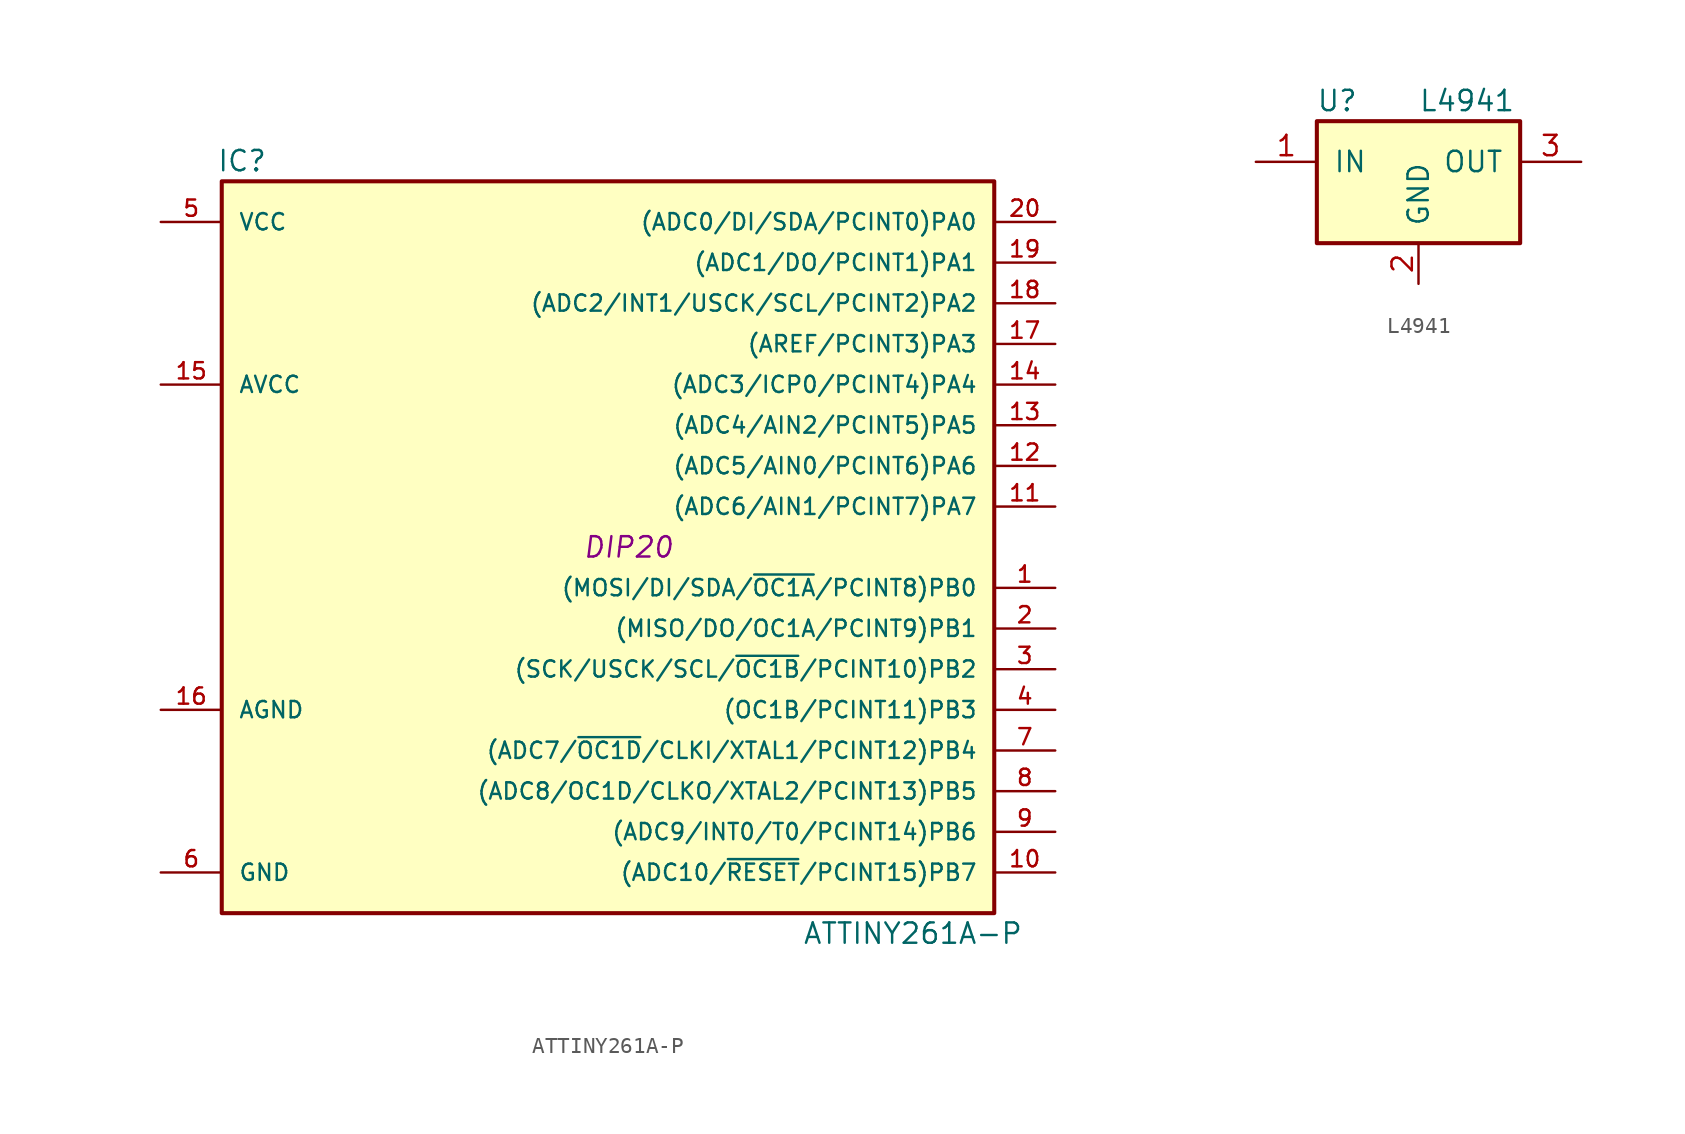
<source format=kicad_sym>
(kicad_symbol_lib
  (version 20211014)
  (generator kicad_symbol_editor)
  (symbol "ATTINY261A-P"
    (pin_names
      (offset 1.016))
    (property "Reference" "IC"
      (at -22.86 24.13 0)
      (effects (font (size 1.27 1.27))))
    (property "Value" "ATTINY261A-P"
      (at 19.05 -24.13 0)
      (effects (font (size 1.27 1.27))))
    (property "Footprint" "DIP20"
      (at 1.27 0 0)
      (effects (font (size 1.27 1.27) italic)))
    (property "Datasheet" ""
      (at 0 0 0)
      (effects (font (size 1.27 1.27))))
    (symbol "ATTINY261A-P_0_1"
      (rectangle (start -24.13 22.86) (end 24.13 -22.86) (stroke (width 0.254) (type default) (color 0 0 0 0)) (fill (type background))))
    (symbol "ATTINY261A-P_1_1"
      (pin bidirectional line (at 27.94 -2.54 180) (length 3.81) (name "(MOSI/DI/SDA/~{OC1A}/PCINT8)PB0" (effects (font (size 1.016 1.016)))) (number "1" (effects (font (size 1.016 1.016)))))
      (pin bidirectional line (at 27.94 -20.32 180) (length 3.81) (name "(ADC10/~{RESET}/PCINT15)PB7" (effects (font (size 1.016 1.016)))) (number "10" (effects (font (size 1.016 1.016)))))
      (pin bidirectional line (at 27.94 2.54 180) (length 3.81) (name "(ADC6/AIN1/PCINT7)PA7" (effects (font (size 1.016 1.016)))) (number "11" (effects (font (size 1.016 1.016)))))
      (pin bidirectional line (at 27.94 5.08 180) (length 3.81) (name "(ADC5/AIN0/PCINT6)PA6" (effects (font (size 1.016 1.016)))) (number "12" (effects (font (size 1.016 1.016)))))
      (pin bidirectional line (at 27.94 7.62 180) (length 3.81) (name "(ADC4/AIN2/PCINT5)PA5" (effects (font (size 1.016 1.016)))) (number "13" (effects (font (size 1.016 1.016)))))
      (pin bidirectional line (at 27.94 10.16 180) (length 3.81) (name "(ADC3/ICP0/PCINT4)PA4" (effects (font (size 1.016 1.016)))) (number "14" (effects (font (size 1.016 1.016)))))
      (pin power_in line (at -27.94 10.16 0) (length 3.81) (name "AVCC" (effects (font (size 1.016 1.016)))) (number "15" (effects (font (size 1.016 1.016)))))
      (pin power_in line (at -27.94 -10.16 0) (length 3.81) (name "AGND" (effects (font (size 1.016 1.016)))) (number "16" (effects (font (size 1.016 1.016)))))
      (pin bidirectional line (at 27.94 12.7 180) (length 3.81) (name "(AREF/PCINT3)PA3" (effects (font (size 1.016 1.016)))) (number "17" (effects (font (size 1.016 1.016)))))
      (pin bidirectional line (at 27.94 15.24 180) (length 3.81) (name "(ADC2/INT1/USCK/SCL/PCINT2)PA2" (effects (font (size 1.016 1.016)))) (number "18" (effects (font (size 1.016 1.016)))))
      (pin bidirectional line (at 27.94 17.78 180) (length 3.81) (name "(ADC1/DO/PCINT1)PA1" (effects (font (size 1.016 1.016)))) (number "19" (effects (font (size 1.016 1.016)))))
      (pin bidirectional line (at 27.94 -5.08 180) (length 3.81) (name "(MISO/DO/OC1A/PCINT9)PB1" (effects (font (size 1.016 1.016)))) (number "2" (effects (font (size 1.016 1.016)))))
      (pin bidirectional line (at 27.94 20.32 180) (length 3.81) (name "(ADC0/DI/SDA/PCINT0)PA0" (effects (font (size 1.016 1.016)))) (number "20" (effects (font (size 1.016 1.016)))))
      (pin bidirectional line (at 27.94 -7.62 180) (length 3.81) (name "(SCK/USCK/SCL/~{OC1B}/PCINT10)PB2" (effects (font (size 1.016 1.016)))) (number "3" (effects (font (size 1.016 1.016)))))
      (pin bidirectional line (at 27.94 -10.16 180) (length 3.81) (name "(OC1B/PCINT11)PB3" (effects (font (size 1.016 1.016)))) (number "4" (effects (font (size 1.016 1.016)))))
      (pin power_in line (at -27.94 20.32 0) (length 3.81) (name "VCC" (effects (font (size 1.016 1.016)))) (number "5" (effects (font (size 1.016 1.016)))))
      (pin power_in line (at -27.94 -20.32 0) (length 3.81) (name "GND" (effects (font (size 1.016 1.016)))) (number "6" (effects (font (size 1.016 1.016)))))
      (pin bidirectional line (at 27.94 -12.7 180) (length 3.81) (name "(ADC7/~{OC1D}/CLKI/XTAL1/PCINT12)PB4" (effects (font (size 1.016 1.016)))) (number "7" (effects (font (size 1.016 1.016)))))
      (pin bidirectional line (at 27.94 -15.24 180) (length 3.81) (name "(ADC8/OC1D/CLKO/XTAL2/PCINT13)PB5" (effects (font (size 1.016 1.016)))) (number "8" (effects (font (size 1.016 1.016)))))
      (pin bidirectional line (at 27.94 -17.78 180) (length 3.81) (name "(ADC9/INT0/T0/PCINT14)PB6" (effects (font (size 1.016 1.016)))) (number "9" (effects (font (size 1.016 1.016)))))))
  (symbol "L4941"
    (pin_names
      (offset 1.016))
    (property "Reference" "U"
      (at -5.08 5.08 0)
      (effects (font (size 1.27 1.27))))
    (property "Value" "L4941"
      (at 0 5.08 0)
      (effects (font (size 1.27 1.27)) (justify left)))
    (symbol "L4941_0_1"
      (rectangle (start -6.35 3.81) (end 6.35 -3.81) (stroke (width 0.254) (type default) (color 0 0 0 0)) (fill (type background))))
    (symbol "L4941_1_1"
      (pin input line (at -10.16 1.27 0) (length 3.81) (name "IN" (effects (font (size 1.27 1.27)))) (number "1" (effects (font (size 1.27 1.27)))))
      (pin power_in line (at 0 -6.35 90) (length 2.54) (name "GND" (effects (font (size 1.27 1.27)))) (number "2" (effects (font (size 1.27 1.27)))))
      (pin power_out line (at 10.16 1.27 180) (length 3.81) (name "OUT" (effects (font (size 1.27 1.27)))) (number "3" (effects (font (size 1.27 1.27))))))))
</source>
